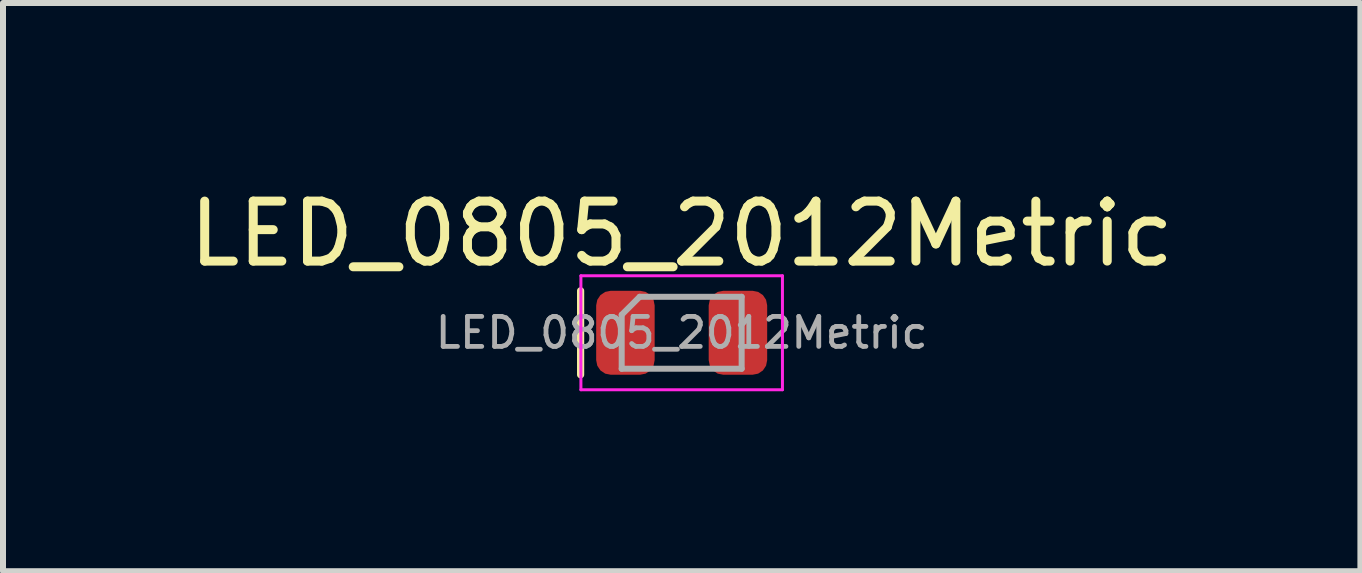
<source format=kicad_pcb>
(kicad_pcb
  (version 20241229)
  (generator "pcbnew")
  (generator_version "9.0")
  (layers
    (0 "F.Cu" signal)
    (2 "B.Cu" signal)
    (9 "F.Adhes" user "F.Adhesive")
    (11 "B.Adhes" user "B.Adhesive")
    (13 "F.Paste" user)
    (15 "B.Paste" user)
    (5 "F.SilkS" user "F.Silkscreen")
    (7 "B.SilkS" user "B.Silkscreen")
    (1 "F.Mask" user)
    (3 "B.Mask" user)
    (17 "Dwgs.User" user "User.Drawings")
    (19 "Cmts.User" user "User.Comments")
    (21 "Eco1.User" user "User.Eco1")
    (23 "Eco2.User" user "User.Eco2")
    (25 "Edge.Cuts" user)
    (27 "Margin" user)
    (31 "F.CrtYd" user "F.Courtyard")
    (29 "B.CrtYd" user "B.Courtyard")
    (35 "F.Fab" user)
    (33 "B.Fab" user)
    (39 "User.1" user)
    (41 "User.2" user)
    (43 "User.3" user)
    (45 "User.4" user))
  (footprint "LED_0805_2012Metric"
    (layer "F.Cu")
    (at 8.315 2.498)
    (property "Reference" "LED_0805_2012Metric" (at 0 -1.65 0) (layer "F.SilkS") (effects (font (size 1 1) (thickness 0.15))))
    (attr smd)
    (fp_line (start -1.685 -0.7) (end -1.685 0.7) (stroke (width 0.12) (type solid)) (layer "F.SilkS"))
    (fp_line (start -1.68 -0.95) (end 1.68 -0.95) (stroke (width 0.05) (type solid)) (layer "F.CrtYd"))
    (fp_line (start -1.68 0.95) (end -1.68 -0.95) (stroke (width 0.05) (type solid)) (layer "F.CrtYd"))
    (fp_line (start 1.68 -0.95) (end 1.68 0.95) (stroke (width 0.05) (type solid)) (layer "F.CrtYd"))
    (fp_line (start 1.68 0.95) (end -1.68 0.95) (stroke (width 0.05) (type solid)) (layer "F.CrtYd"))
    (fp_line (start -1 -0.3) (end -1 0.6) (stroke (width 0.1) (type solid)) (layer "F.Fab"))
    (fp_line (start -1 0.6) (end 1 0.6) (stroke (width 0.1) (type solid)) (layer "F.Fab"))
    (fp_line (start -0.7 -0.6) (end -1 -0.3) (stroke (width 0.1) (type solid)) (layer "F.Fab"))
    (fp_line (start 1 -0.6) (end -0.7 -0.6) (stroke (width 0.1) (type solid)) (layer "F.Fab"))
    (fp_line (start 1 0.6) (end 1 -0.6) (stroke (width 0.1) (type solid)) (layer "F.Fab"))
    (fp_text user "${REFERENCE}" (at 0 0 0) (layer "F.Fab") (effects (font (size 0.5 0.5) (thickness 0.08))))
    (pad "1" smd roundrect (at -0.938 0) (size 0.975 1.4) (layers "F.Cu" "F.Mask" "F.Paste") (roundrect_rratio 0.25))
    (pad "2" smd roundrect (at 0.938 0) (size 0.975 1.4) (layers "F.Cu" "F.Mask" "F.Paste") (roundrect_rratio 0.25)))
  (gr_rect
    (start -3 -3)
    (end 19.631 6.473)
    (stroke (width 0.1) (type default))
    (fill no)
    (layer "Edge.Cuts")))
</source>
